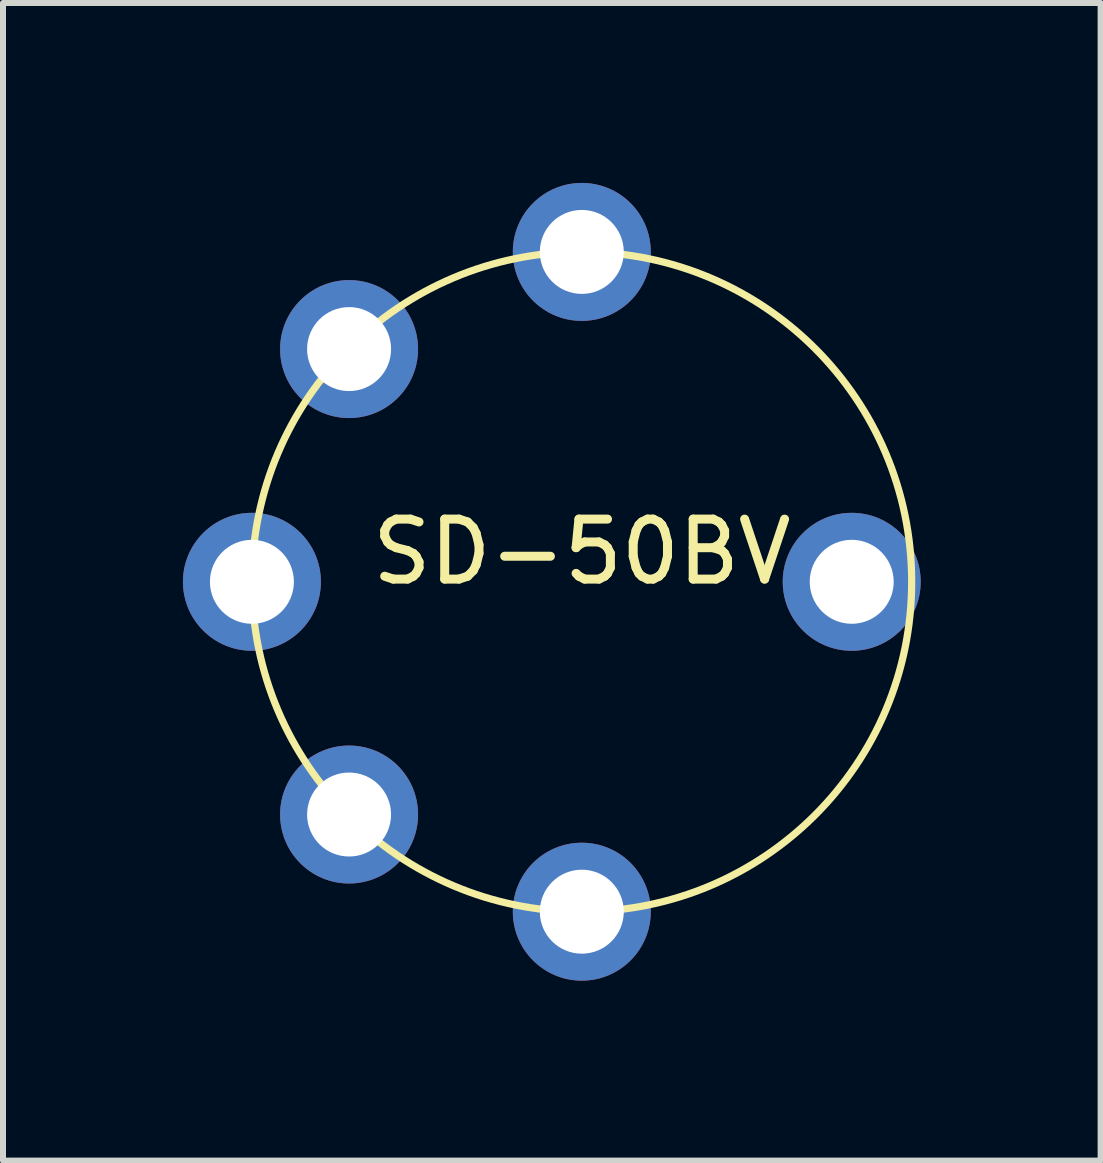
<source format=kicad_pcb>
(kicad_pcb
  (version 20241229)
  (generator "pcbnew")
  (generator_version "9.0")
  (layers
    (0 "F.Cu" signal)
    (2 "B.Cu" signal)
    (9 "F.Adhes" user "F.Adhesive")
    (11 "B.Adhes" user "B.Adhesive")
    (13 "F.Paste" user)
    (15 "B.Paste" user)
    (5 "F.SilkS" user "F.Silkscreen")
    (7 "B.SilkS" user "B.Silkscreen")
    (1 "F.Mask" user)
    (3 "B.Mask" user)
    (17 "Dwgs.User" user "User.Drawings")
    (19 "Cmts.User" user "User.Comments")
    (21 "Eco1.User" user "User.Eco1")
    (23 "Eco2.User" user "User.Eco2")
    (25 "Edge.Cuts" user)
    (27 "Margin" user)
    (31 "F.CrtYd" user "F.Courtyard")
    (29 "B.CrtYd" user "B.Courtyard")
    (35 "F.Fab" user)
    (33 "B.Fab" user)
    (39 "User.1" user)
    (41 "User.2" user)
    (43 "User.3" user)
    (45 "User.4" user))
  (footprint "SD-50BV"
    (layer "F.Cu")
    (at 6.65 6.65)
    (property "Reference" "SD-50BV" (at 0 -0.5 0) (unlocked yes) (layer "F.SilkS") (effects (font (size 1 1) (thickness 0.15))))
    (attr smd)
    (fp_circle (center 0 0) (end 5.5 0) (stroke (width 0.12) (type default)) (fill no) (layer "F.SilkS"))
    (pad "1" thru_hole circle (at 0 -5.5) (size 2.3 2.3) (drill 1.4) (layers "*.Cu" "*.Mask"))
    (pad "2" thru_hole circle (at -5.5 0) (size 2.3 2.3) (drill 1.4) (layers "*.Cu" "*.Mask"))
    (pad "3" thru_hole circle (at 0 5.5) (size 2.3 2.3) (drill 1.4) (layers "*.Cu" "*.Mask"))
    (pad "4" thru_hole circle (at -3.88 -3.88) (size 2.3 2.3) (drill 1.4) (layers "*.Cu" "*.Mask"))
    (pad "5" thru_hole circle (at -3.88 3.88) (size 2.3 2.3) (drill 1.4) (layers "*.Cu" "*.Mask"))
    (pad "6" thru_hole circle (at 4.5 0) (size 2.3 2.3) (drill 1.4) (layers "*.Cu" "*.Mask")))
  (gr_rect
    (start -3 -3)
    (end 15.3 16.3)
    (stroke (width 0.1) (type default))
    (fill no)
    (layer "Edge.Cuts")))
</source>
